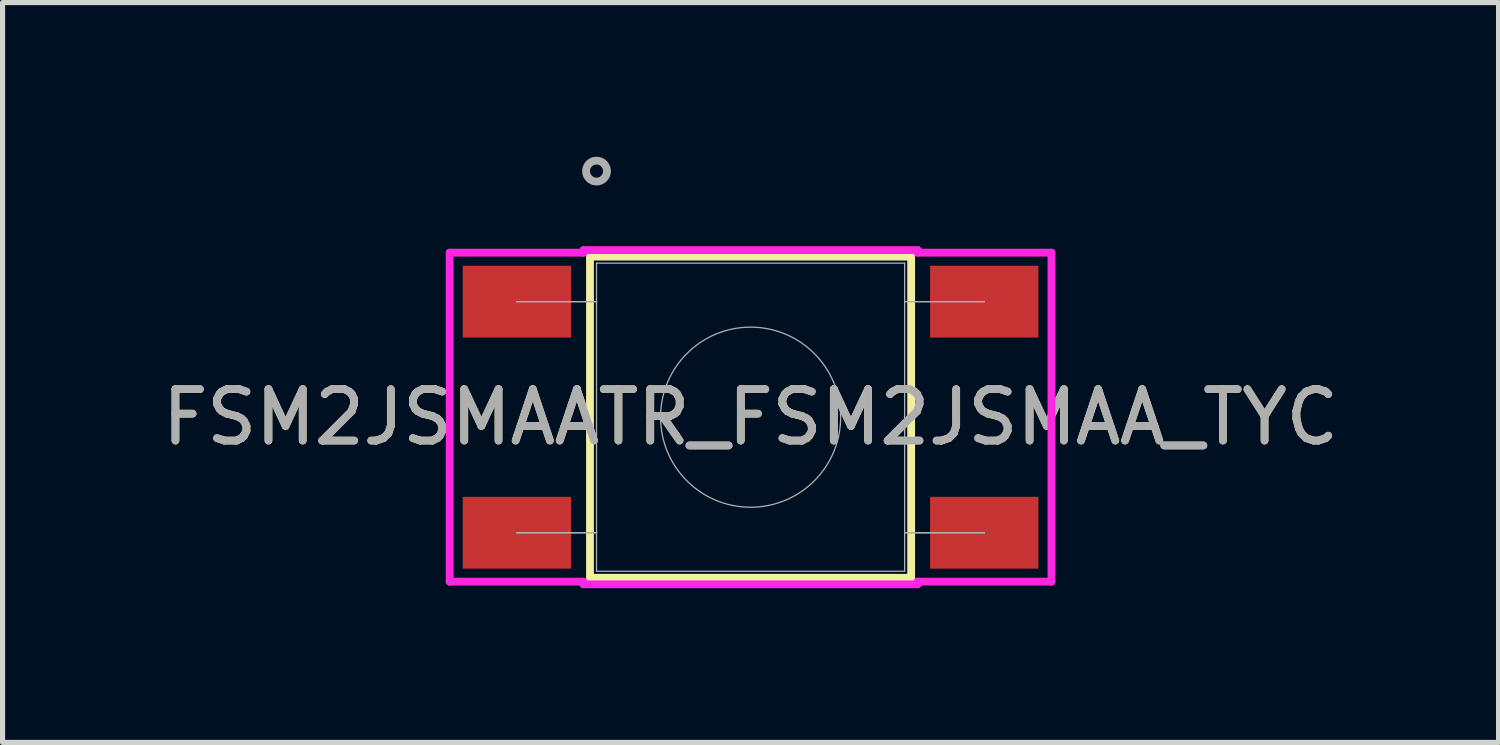
<source format=kicad_pcb>
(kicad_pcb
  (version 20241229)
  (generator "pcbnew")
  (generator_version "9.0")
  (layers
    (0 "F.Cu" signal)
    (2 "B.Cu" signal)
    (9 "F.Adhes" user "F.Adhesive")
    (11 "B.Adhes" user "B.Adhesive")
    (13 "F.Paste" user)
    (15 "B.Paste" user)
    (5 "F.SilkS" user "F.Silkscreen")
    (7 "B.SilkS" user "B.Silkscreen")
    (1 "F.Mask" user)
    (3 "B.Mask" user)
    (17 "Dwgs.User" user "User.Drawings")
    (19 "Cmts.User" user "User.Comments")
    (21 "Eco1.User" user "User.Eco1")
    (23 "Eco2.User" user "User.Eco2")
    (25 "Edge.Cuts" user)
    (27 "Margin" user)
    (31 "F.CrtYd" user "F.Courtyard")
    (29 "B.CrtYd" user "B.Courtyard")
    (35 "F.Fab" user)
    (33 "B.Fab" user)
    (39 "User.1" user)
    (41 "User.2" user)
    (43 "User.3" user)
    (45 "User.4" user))
  (footprint "FSM2JSMAATR_FSM2JSMAA_TYC"
    (layer "F.Cu")
    (at 7.007 2.819)
    (property "Reference" "FSM2JSMAATR_FSM2JSMAA_TYC" (at 4.547 2.248 0) (unlocked yes) (layer "F.SilkS") (effects (font (size 1 1) (thickness 0.15))))
    (attr smd)
    (fp_line (start 1.422 -0.876) (end 1.422 5.372) (stroke (width 0.152) (type solid)) (layer "F.SilkS"))
    (fp_line (start 1.422 5.372) (end 7.671 5.372) (stroke (width 0.152) (type solid)) (layer "F.SilkS"))
    (fp_line (start 7.671 -0.876) (end 1.422 -0.876) (stroke (width 0.152) (type solid)) (layer "F.SilkS"))
    (fp_line (start 7.671 5.372) (end 7.671 -0.876) (stroke (width 0.152) (type solid)) (layer "F.SilkS"))
    (fp_line (start -1.308 -0.953) (end 1.295 -0.953) (stroke (width 0.152) (type solid)) (layer "F.CrtYd"))
    (fp_line (start -1.308 5.448) (end -1.308 -0.953) (stroke (width 0.152) (type solid)) (layer "F.CrtYd"))
    (fp_line (start -1.308 5.448) (end 1.295 5.448) (stroke (width 0.152) (type solid)) (layer "F.CrtYd"))
    (fp_line (start 1.295 -1.003) (end 7.798 -1.003) (stroke (width 0.152) (type solid)) (layer "F.CrtYd"))
    (fp_line (start 1.295 -0.953) (end 1.295 -1.003) (stroke (width 0.152) (type solid)) (layer "F.CrtYd"))
    (fp_line (start 1.295 5.499) (end 1.295 5.448) (stroke (width 0.152) (type solid)) (layer "F.CrtYd"))
    (fp_line (start 7.798 -1.003) (end 7.798 -0.953) (stroke (width 0.152) (type solid)) (layer "F.CrtYd"))
    (fp_line (start 7.798 5.448) (end 7.798 5.499) (stroke (width 0.152) (type solid)) (layer "F.CrtYd"))
    (fp_line (start 7.798 5.499) (end 1.295 5.499) (stroke (width 0.152) (type solid)) (layer "F.CrtYd"))
    (fp_line (start 10.401 -0.953) (end 7.798 -0.953) (stroke (width 0.152) (type solid)) (layer "F.CrtYd"))
    (fp_line (start 10.401 -0.953) (end 10.401 5.448) (stroke (width 0.152) (type solid)) (layer "F.CrtYd"))
    (fp_line (start 10.401 5.448) (end 7.798 5.448) (stroke (width 0.152) (type solid)) (layer "F.CrtYd"))
    (fp_line (start 0 0) (end 0 0) (stroke (width 0.025) (type solid)) (layer "F.Fab"))
    (fp_line (start 0 0) (end 1.549 0) (stroke (width 0.025) (type solid)) (layer "F.Fab"))
    (fp_line (start 0 4.496) (end 0 4.496) (stroke (width 0.025) (type solid)) (layer "F.Fab"))
    (fp_line (start 0 4.496) (end 1.549 4.496) (stroke (width 0.025) (type solid)) (layer "F.Fab"))
    (fp_line (start 1.549 -0.749) (end 1.549 5.245) (stroke (width 0.025) (type solid)) (layer "F.Fab"))
    (fp_line (start 1.549 0) (end 0 0) (stroke (width 0.025) (type solid)) (layer "F.Fab"))
    (fp_line (start 1.549 0) (end 1.549 0) (stroke (width 0.025) (type solid)) (layer "F.Fab"))
    (fp_line (start 1.549 4.496) (end 0 4.496) (stroke (width 0.025) (type solid)) (layer "F.Fab"))
    (fp_line (start 1.549 4.496) (end 1.549 4.496) (stroke (width 0.025) (type solid)) (layer "F.Fab"))
    (fp_line (start 1.549 5.245) (end 7.544 5.245) (stroke (width 0.025) (type solid)) (layer "F.Fab"))
    (fp_line (start 7.544 -0.749) (end 1.549 -0.749) (stroke (width 0.025) (type solid)) (layer "F.Fab"))
    (fp_line (start 7.544 0) (end 7.544 0) (stroke (width 0.025) (type solid)) (layer "F.Fab"))
    (fp_line (start 7.544 0) (end 9.093 0) (stroke (width 0.025) (type solid)) (layer "F.Fab"))
    (fp_line (start 7.544 4.496) (end 7.544 4.496) (stroke (width 0.025) (type solid)) (layer "F.Fab"))
    (fp_line (start 7.544 4.496) (end 9.093 4.496) (stroke (width 0.025) (type solid)) (layer "F.Fab"))
    (fp_line (start 7.544 5.245) (end 7.544 -0.749) (stroke (width 0.025) (type solid)) (layer "F.Fab"))
    (fp_line (start 9.093 0) (end 7.544 0) (stroke (width 0.025) (type solid)) (layer "F.Fab"))
    (fp_line (start 9.093 0) (end 9.093 0) (stroke (width 0.025) (type solid)) (layer "F.Fab"))
    (fp_line (start 9.093 4.496) (end 7.544 4.496) (stroke (width 0.025) (type solid)) (layer "F.Fab"))
    (fp_line (start 9.093 4.496) (end 9.093 4.496) (stroke (width 0.025) (type solid)) (layer "F.Fab"))
    (fp_circle (center 1.549 -2.54) (end 1.753 -2.54) (stroke (width 0.152) (type solid)) (fill no) (layer "F.Fab"))
    (fp_circle (center 4.547 2.248) (end 6.299 2.248) (stroke (width 0.025) (type solid)) (fill no) (layer "F.Fab"))
    (fp_text user "${REFERENCE}" (at 4.547 2.248 0) (unlocked yes) (layer "F.Fab") (effects (font (size 1 1) (thickness 0.15))))
    (pad "1" smd rect (at 0 0) (size 2.108 1.397) (layers "F.Cu" "F.Mask" "F.Paste"))
    (pad "2" smd rect (at 9.093 0) (size 2.108 1.397) (layers "F.Cu" "F.Mask" "F.Paste"))
    (pad "3" smd rect (at 0 4.496) (size 2.108 1.397) (layers "F.Cu" "F.Mask" "F.Paste"))
    (pad "4" smd rect (at 9.093 4.496) (size 2.108 1.397) (layers "F.Cu" "F.Mask" "F.Paste")))
  (gr_rect
    (start -3 -3)
    (end 26.107 11.395)
    (stroke (width 0.1) (type default))
    (fill no)
    (layer "Edge.Cuts")))
</source>
